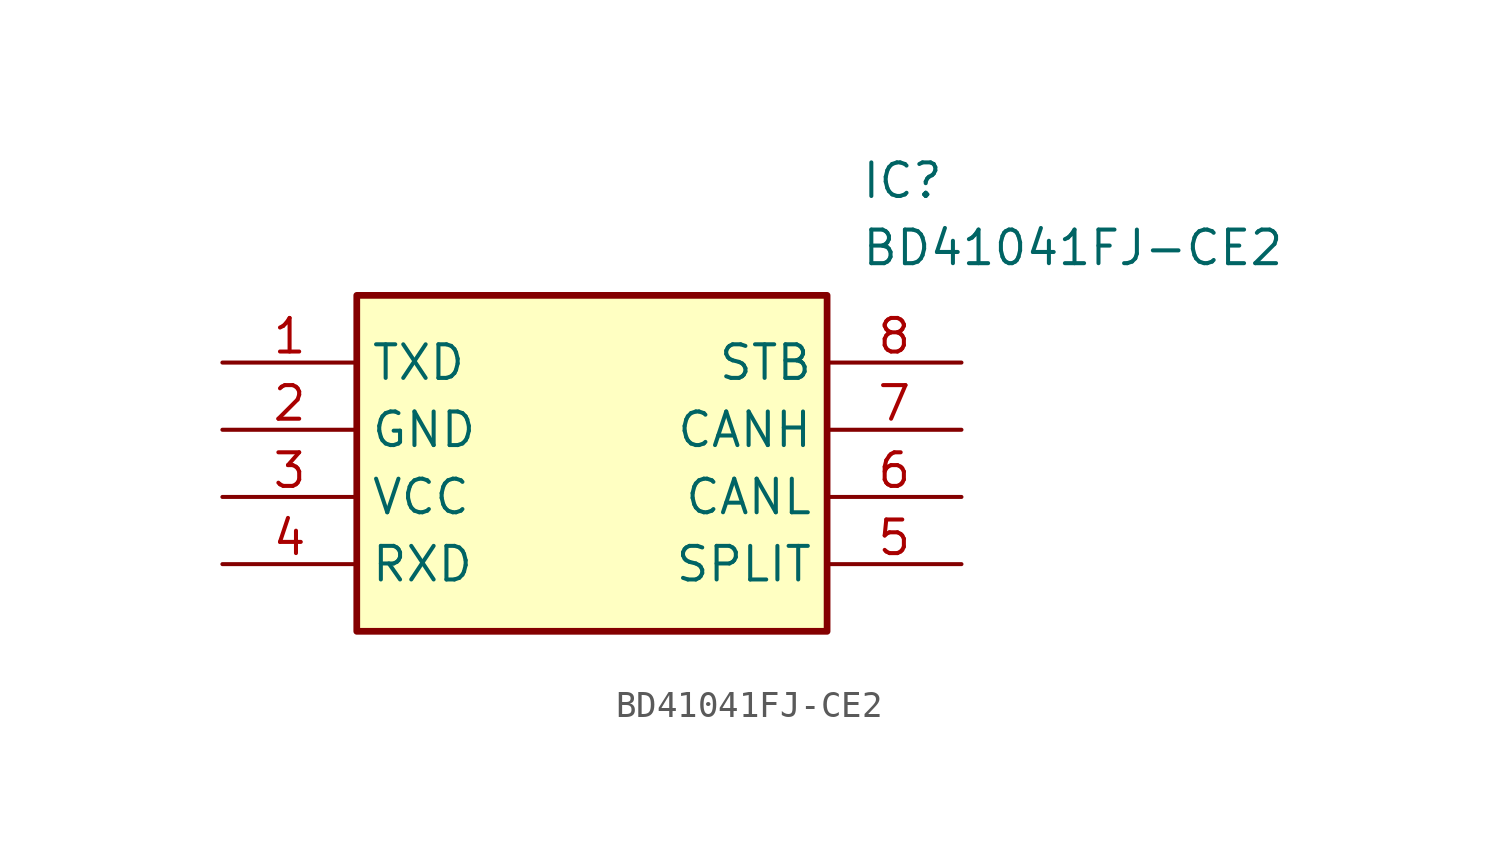
<source format=kicad_sym>
(kicad_symbol_lib
  (version 20211014)
  (generator SamacSys_ECAD_Model)
  (symbol "BD41041FJ-CE2"
    (property "Reference" "IC"
      (at 24.13 7.62 0)
      (effects (font (size 1.27 1.27)) (justify left top)))
    (property "Value" "BD41041FJ-CE2"
      (at 24.13 5.08 0)
      (effects (font (size 1.27 1.27)) (justify left top)))
    (rectangle
      (start 5.08 2.54)
      (end 22.86 -10.16)
      (stroke (width 0.254) (type default))
      (fill (type background)))
    (pin passive line
      (at 0 0 0)
      (length 5.08)
      (name "TXD" (effects (font (size 1.27 1.27))))
      (number "1" (effects (font (size 1.27 1.27)))))
    (pin passive line
      (at 0 -2.54 0)
      (length 5.08)
      (name "GND" (effects (font (size 1.27 1.27))))
      (number "2" (effects (font (size 1.27 1.27)))))
    (pin passive line
      (at 0 -5.08 0)
      (length 5.08)
      (name "VCC" (effects (font (size 1.27 1.27))))
      (number "3" (effects (font (size 1.27 1.27)))))
    (pin passive line
      (at 0 -7.62 0)
      (length 5.08)
      (name "RXD" (effects (font (size 1.27 1.27))))
      (number "4" (effects (font (size 1.27 1.27)))))
    (pin passive line
      (at 27.94 0 180)
      (length 5.08)
      (name "STB" (effects (font (size 1.27 1.27))))
      (number "8" (effects (font (size 1.27 1.27)))))
    (pin passive line
      (at 27.94 -2.54 180)
      (length 5.08)
      (name "CANH" (effects (font (size 1.27 1.27))))
      (number "7" (effects (font (size 1.27 1.27)))))
    (pin passive line
      (at 27.94 -5.08 180)
      (length 5.08)
      (name "CANL" (effects (font (size 1.27 1.27))))
      (number "6" (effects (font (size 1.27 1.27)))))
    (pin passive line
      (at 27.94 -7.62 180)
      (length 5.08)
      (name "SPLIT" (effects (font (size 1.27 1.27))))
      (number "5" (effects (font (size 1.27 1.27)))))))
</source>
